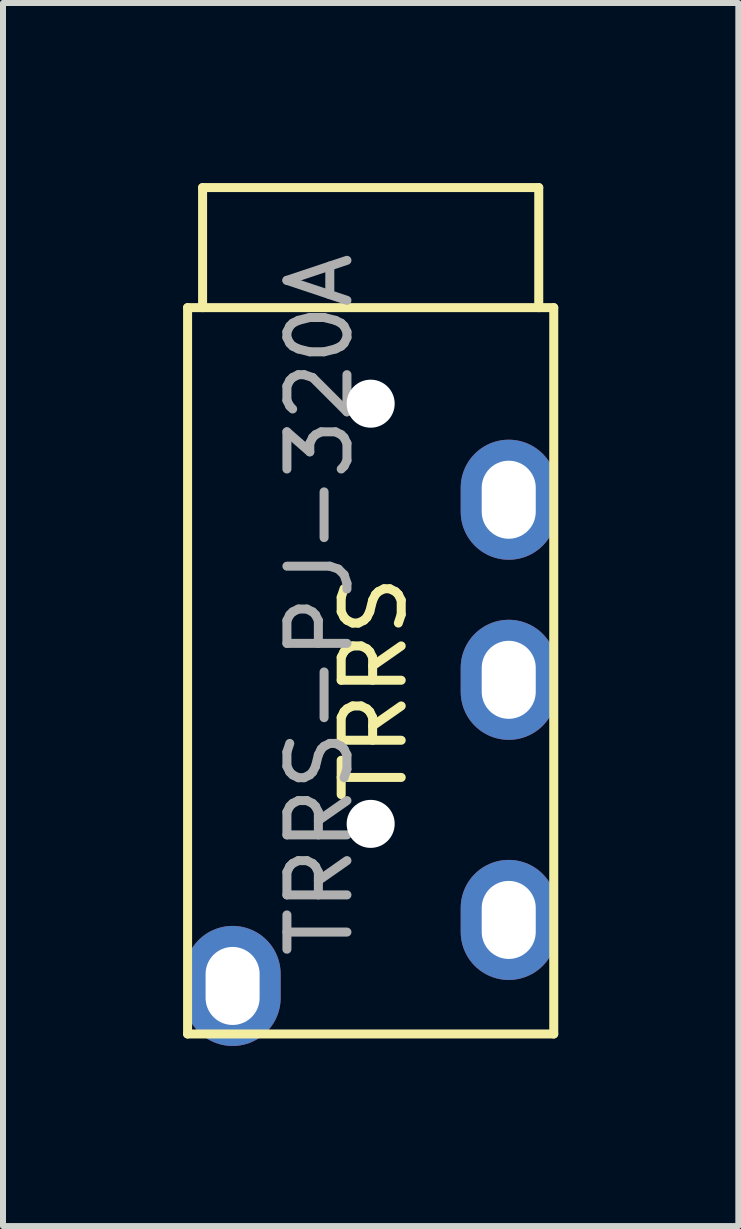
<source format=kicad_pcb>
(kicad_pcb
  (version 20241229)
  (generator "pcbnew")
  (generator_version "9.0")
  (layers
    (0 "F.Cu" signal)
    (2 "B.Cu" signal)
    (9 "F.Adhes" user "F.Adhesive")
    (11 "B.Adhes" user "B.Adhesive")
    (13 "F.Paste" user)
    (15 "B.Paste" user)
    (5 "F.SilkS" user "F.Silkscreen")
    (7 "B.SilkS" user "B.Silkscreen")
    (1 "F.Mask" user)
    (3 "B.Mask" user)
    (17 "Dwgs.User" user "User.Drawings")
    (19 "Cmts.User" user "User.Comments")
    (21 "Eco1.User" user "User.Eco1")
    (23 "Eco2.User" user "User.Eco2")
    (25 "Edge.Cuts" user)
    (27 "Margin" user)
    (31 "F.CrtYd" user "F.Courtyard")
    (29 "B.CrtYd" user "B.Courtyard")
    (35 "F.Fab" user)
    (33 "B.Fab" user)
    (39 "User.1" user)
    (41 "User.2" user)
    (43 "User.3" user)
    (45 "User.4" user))
  (footprint "TRRS-PJ-320A"
    (layer "F.Cu")
    (at 3.125 2.075)
    (property "Reference" "TRRS-PJ-320A" (at -0.85 4.95 270) (layer "F.Fab") (effects (font (size 1 1) (thickness 0.15))))
    (attr through_hole)
    (fp_line (start -3.05 0) (end -3.05 12.1) (stroke (width 0.15) (type solid)) (layer "F.SilkS"))
    (fp_line (start -2.8 0) (end -2.8 -2) (stroke (width 0.15) (type solid)) (layer "F.SilkS"))
    (fp_line (start 2.8 -2) (end -2.8 -2) (stroke (width 0.15) (type solid)) (layer "F.SilkS"))
    (fp_line (start 2.8 0) (end 2.8 -2) (stroke (width 0.15) (type solid)) (layer "F.SilkS"))
    (fp_line (start 3.05 0) (end -3.05 0) (stroke (width 0.15) (type solid)) (layer "F.SilkS"))
    (fp_line (start 3.05 0) (end 3.05 12.1) (stroke (width 0.15) (type solid)) (layer "F.SilkS"))
    (fp_line (start 3.05 12.1) (end -3.05 12.1) (stroke (width 0.15) (type solid)) (layer "F.SilkS"))
    (fp_text user "TRRS" (at 0.054 6.35 90) (layer "F.SilkS") (effects (font (size 1 1) (thickness 0.15))))
    (pad "" np_thru_hole circle (at 0 1.6) (size 0.8 0.8) (drill 0.8) (layers "*.Cu" "*.Mask"))
    (pad "" np_thru_hole circle (at 0 8.6) (size 0.8 0.8) (drill 0.8) (layers "*.Cu" "*.Mask"))
    (pad "R1" thru_hole oval (at 2.3 6.2) (size 1.6 2) (drill oval 0.9 1.3) (layers "*.Cu" "*.Mask"))
    (pad "R2" thru_hole oval (at 2.3 3.2) (size 1.6 2) (drill oval 0.9 1.3) (layers "*.Cu" "*.Mask"))
    (pad "S" thru_hole oval (at -2.3 11.3) (size 1.6 2) (drill oval 0.9 1.3) (layers "*.Cu" "*.Mask"))
    (pad "T" thru_hole oval (at 2.3 10.2) (size 1.6 2) (drill oval 0.9 1.3) (layers "*.Cu" "*.Mask")))
  (gr_rect
    (start -3 -3)
    (end 9.25 17.375)
    (stroke (width 0.1) (type default))
    (fill no)
    (layer "Edge.Cuts")))
</source>
